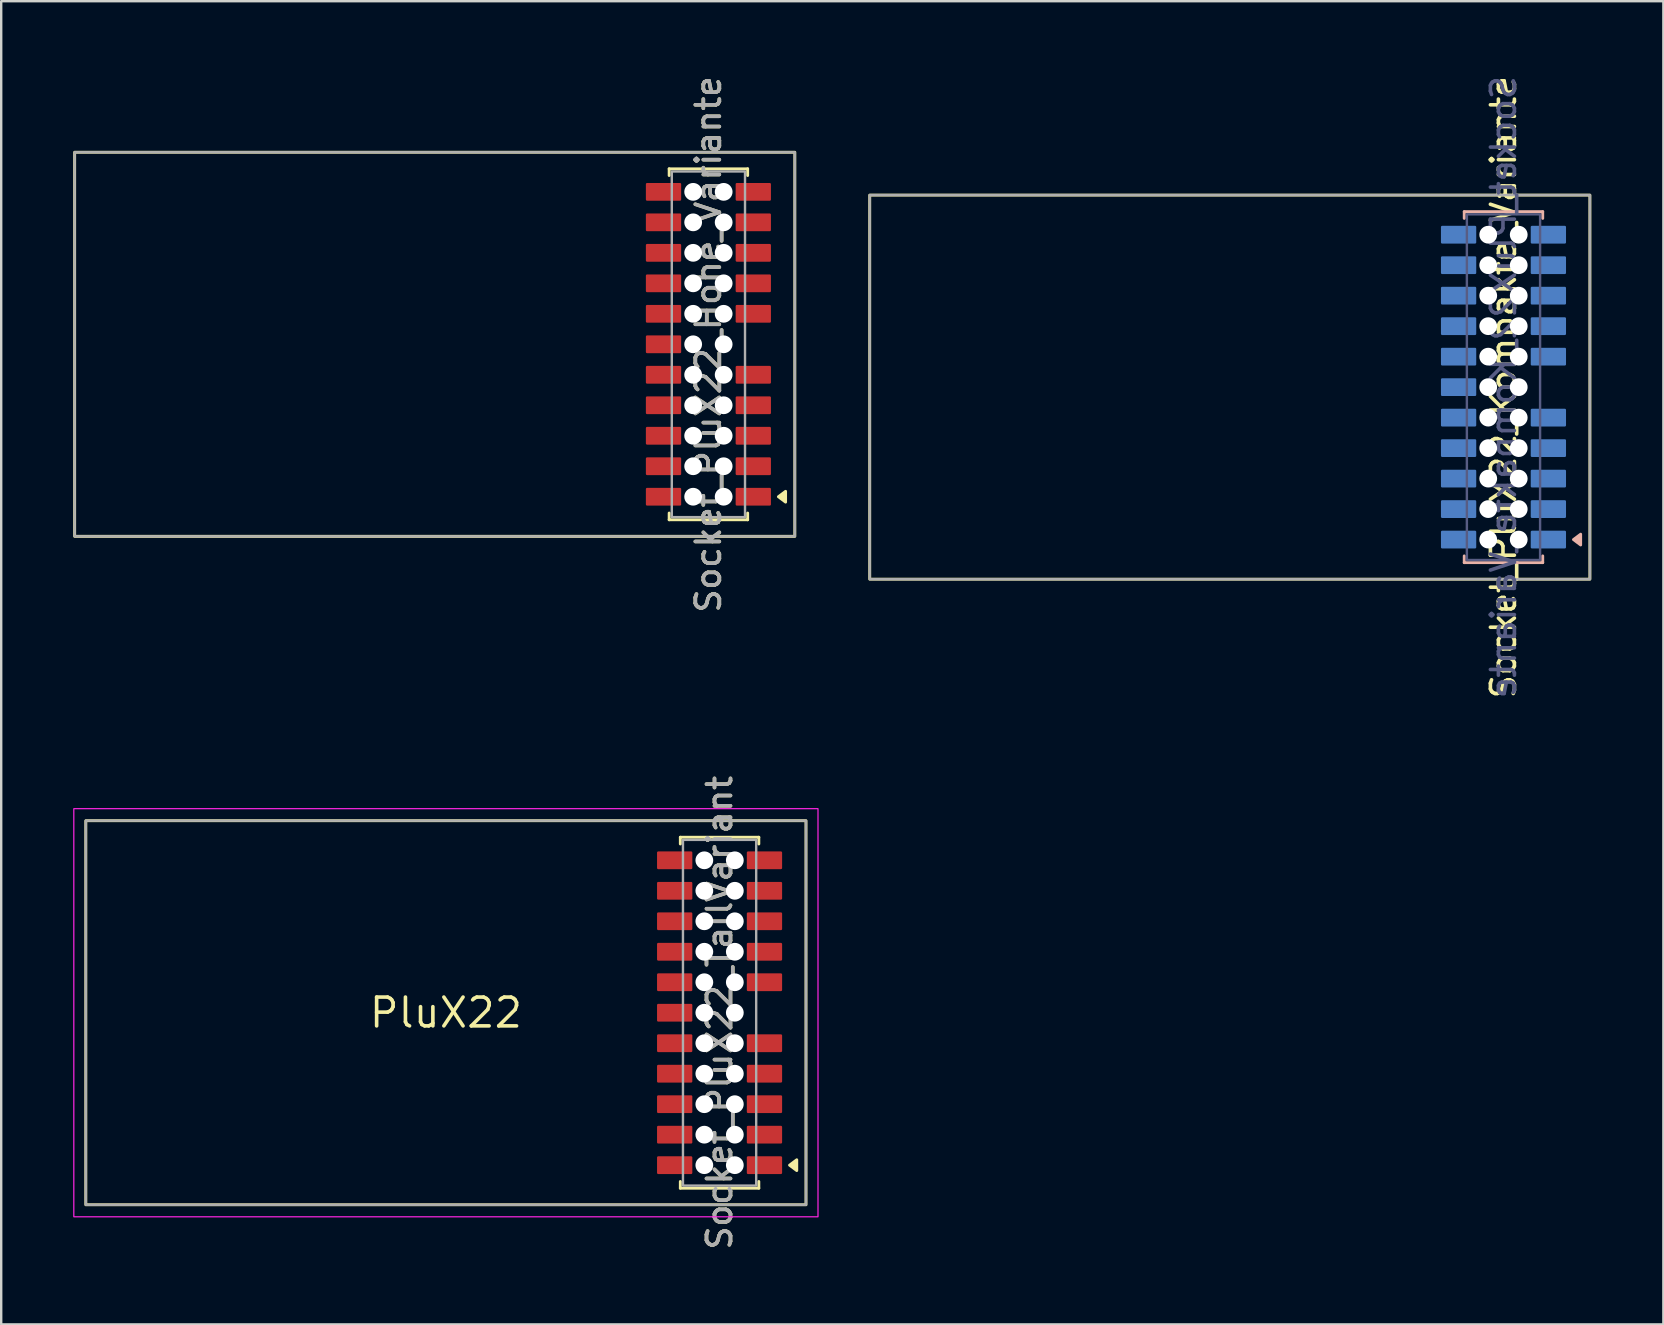
<source format=kicad_pcb>
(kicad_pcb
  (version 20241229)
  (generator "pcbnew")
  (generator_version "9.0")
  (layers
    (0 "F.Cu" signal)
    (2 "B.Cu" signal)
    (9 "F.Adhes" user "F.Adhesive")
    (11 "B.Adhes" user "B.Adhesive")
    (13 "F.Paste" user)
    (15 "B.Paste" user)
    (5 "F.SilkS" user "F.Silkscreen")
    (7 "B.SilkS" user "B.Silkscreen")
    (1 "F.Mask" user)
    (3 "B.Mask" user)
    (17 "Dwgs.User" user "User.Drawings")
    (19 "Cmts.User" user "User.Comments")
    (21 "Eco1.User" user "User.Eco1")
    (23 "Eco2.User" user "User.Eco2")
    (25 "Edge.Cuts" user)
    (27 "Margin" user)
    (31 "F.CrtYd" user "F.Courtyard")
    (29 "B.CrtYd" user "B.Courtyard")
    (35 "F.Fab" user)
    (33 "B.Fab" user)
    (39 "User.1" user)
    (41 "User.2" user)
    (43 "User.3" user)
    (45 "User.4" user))
  (footprint "Socket_PluX22_TallVariant"
    (layer "F.Cu")
    (at 26.925 39.137)
    (property "Reference" "Socket_PluX22_TallVariant" (at 0 0 90) (unlocked yes) (layer "F.SilkS") (effects (font (size 1 1) (thickness 0.15))))
    (attr smd)
    (fp_line (start -1.635 -7.31) (end -1.635 -7.03) (stroke (width 0.12) (type solid)) (layer "F.SilkS"))
    (fp_line (start -1.635 7.31) (end -1.635 7.03) (stroke (width 0.12) (type default)) (layer "F.SilkS"))
    (fp_line (start -1.635 7.31) (end 1.635 7.31) (stroke (width 0.12) (type default)) (layer "F.SilkS"))
    (fp_line (start 1.635 -7.31) (end -1.635 -7.31) (stroke (width 0.12) (type default)) (layer "F.SilkS"))
    (fp_line (start 1.635 -7.31) (end 1.635 -7.03) (stroke (width 0.12) (type default)) (layer "F.SilkS"))
    (fp_line (start 1.635 7.31) (end 1.635 7.03) (stroke (width 0.12) (type solid)) (layer "F.SilkS"))
    (fp_rect (start -26.4 -8) (end 3.6 8) (stroke (width 0.12) (type default)) (fill no) (layer "F.SilkS"))
    (fp_poly (pts (xy 2.915 6.35) (xy 3.215 6.575) (xy 3.215 6.125)) (stroke (width 0.12) (type solid)) (fill yes) (layer "F.SilkS"))
    (fp_rect (start -26.9 -8.5) (end 4.1 8.5) (stroke (width 0.05) (type default)) (fill no) (layer "F.CrtYd"))
    (fp_rect (start -26.4 -8) (end 3.6 8) (stroke (width 0.1) (type solid)) (fill no) (layer "F.Fab"))
    (fp_rect (start -1.525 -7.2) (end 1.525 7.2) (stroke (width 0.1) (type solid)) (fill no) (layer "F.Fab"))
    (fp_text user "PluX22" (at -11.4 0 0) (unlocked yes) (layer "F.SilkS") (effects (font (size 1.2 1.2) (thickness 0.15))))
    (fp_text user "${REFERENCE}" (at 0 0 90) (unlocked yes) (layer "F.Fab") (effects (font (size 1 1) (thickness 0.15))))
    (pad "" np_thru_hole circle (at -0.635 -6.35) (size 0.74 0.74) (drill 0.74) (layers "*.Cu" "*.Mask"))
    (pad "" np_thru_hole circle (at -0.635 -5.08) (size 0.74 0.74) (drill 0.74) (layers "*.Cu" "*.Mask"))
    (pad "" np_thru_hole circle (at -0.635 -3.81) (size 0.74 0.74) (drill 0.74) (layers "*.Cu" "*.Mask"))
    (pad "" np_thru_hole circle (at -0.635 -2.54) (size 0.74 0.74) (drill 0.74) (layers "*.Cu" "*.Mask"))
    (pad "" np_thru_hole circle (at -0.635 -1.27) (size 0.74 0.74) (drill 0.74) (layers "*.Cu" "*.Mask"))
    (pad "" np_thru_hole circle (at -0.635 0) (size 0.74 0.74) (drill 0.74) (layers "*.Cu" "*.Mask"))
    (pad "" np_thru_hole circle (at -0.635 1.27) (size 0.74 0.74) (drill 0.74) (layers "*.Cu" "*.Mask"))
    (pad "" np_thru_hole circle (at -0.635 2.54) (size 0.74 0.74) (drill 0.74) (layers "*.Cu" "*.Mask"))
    (pad "" np_thru_hole circle (at -0.635 3.81) (size 0.74 0.74) (drill 0.74) (layers "*.Cu" "*.Mask"))
    (pad "" np_thru_hole circle (at -0.635 5.08) (size 0.74 0.74) (drill 0.74) (layers "*.Cu" "*.Mask"))
    (pad "" np_thru_hole circle (at -0.635 6.35) (size 0.74 0.74) (drill 0.74) (layers "*.Cu" "*.Mask"))
    (pad "" np_thru_hole circle (at 0.635 -6.35) (size 0.74 0.74) (drill 0.74) (layers "*.Cu" "*.Mask"))
    (pad "" np_thru_hole circle (at 0.635 -5.08) (size 0.74 0.74) (drill 0.74) (layers "*.Cu" "*.Mask"))
    (pad "" np_thru_hole circle (at 0.635 -3.81) (size 0.74 0.74) (drill 0.74) (layers "*.Cu" "*.Mask"))
    (pad "" np_thru_hole circle (at 0.635 -2.54) (size 0.74 0.74) (drill 0.74) (layers "*.Cu" "*.Mask"))
    (pad "" np_thru_hole circle (at 0.635 -1.27) (size 0.74 0.74) (drill 0.74) (layers "*.Cu" "*.Mask"))
    (pad "" np_thru_hole circle (at 0.635 0) (size 0.74 0.74) (drill 0.74) (layers "*.Cu" "*.Mask"))
    (pad "" np_thru_hole circle (at 0.635 1.27) (size 0.74 0.74) (drill 0.74) (layers "*.Cu" "*.Mask"))
    (pad "" np_thru_hole circle (at 0.635 2.54) (size 0.74 0.74) (drill 0.74) (layers "*.Cu" "*.Mask"))
    (pad "" np_thru_hole circle (at 0.635 3.81) (size 0.74 0.74) (drill 0.74) (layers "*.Cu" "*.Mask"))
    (pad "" np_thru_hole circle (at 0.635 5.08) (size 0.74 0.74) (drill 0.74) (layers "*.Cu" "*.Mask"))
    (pad "" np_thru_hole circle (at 0.635 6.35) (size 0.74 0.74) (drill 0.74) (layers "*.Cu" "*.Mask"))
    (pad "1" smd roundrect (at 1.87 6.35) (size 1.47 0.74) (layers "F.Cu" "F.Mask" "F.Paste") (roundrect_rratio 0.068))
    (pad "2" smd roundrect (at -1.87 6.35) (size 1.47 0.74) (layers "F.Cu" "F.Mask" "F.Paste") (roundrect_rratio 0.068))
    (pad "3" smd roundrect (at 1.87 5.08) (size 1.47 0.74) (layers "F.Cu" "F.Mask" "F.Paste") (roundrect_rratio 0.068))
    (pad "4" smd roundrect (at -1.87 5.08) (size 1.47 0.74) (layers "F.Cu" "F.Mask" "F.Paste") (roundrect_rratio 0.068))
    (pad "5" smd roundrect (at 1.87 3.81) (size 1.47 0.74) (layers "F.Cu" "F.Mask" "F.Paste") (roundrect_rratio 0.068))
    (pad "6" smd roundrect (at -1.87 3.81) (size 1.47 0.74) (layers "F.Cu" "F.Mask" "F.Paste") (roundrect_rratio 0.068))
    (pad "7" smd roundrect (at 1.87 2.54) (size 1.47 0.74) (layers "F.Cu" "F.Mask" "F.Paste") (roundrect_rratio 0.068))
    (pad "8" smd roundrect (at -1.87 2.54) (size 1.47 0.74) (layers "F.Cu" "F.Mask" "F.Paste") (roundrect_rratio 0.068))
    (pad "9" smd roundrect (at 1.87 1.27) (size 1.47 0.74) (layers "F.Cu" "F.Mask" "F.Paste") (roundrect_rratio 0.068))
    (pad "10" smd roundrect (at -1.87 1.27) (size 1.47 0.74) (layers "F.Cu" "F.Mask" "F.Paste") (roundrect_rratio 0.068))
    (pad "12" smd roundrect (at -1.87 0) (size 1.47 0.74) (layers "F.Cu" "F.Mask" "F.Paste") (roundrect_rratio 0.068))
    (pad "13" smd roundrect (at 1.87 -1.27) (size 1.47 0.74) (layers "F.Cu" "F.Mask" "F.Paste") (roundrect_rratio 0.068))
    (pad "14" smd roundrect (at -1.87 -1.27) (size 1.47 0.74) (layers "F.Cu" "F.Mask" "F.Paste") (roundrect_rratio 0.068))
    (pad "15" smd roundrect (at 1.87 -2.54) (size 1.47 0.74) (layers "F.Cu" "F.Mask" "F.Paste") (roundrect_rratio 0.068))
    (pad "16" smd roundrect (at -1.87 -2.54) (size 1.47 0.74) (layers "F.Cu" "F.Mask" "F.Paste") (roundrect_rratio 0.068))
    (pad "17" smd roundrect (at 1.87 -3.81) (size 1.47 0.74) (layers "F.Cu" "F.Mask" "F.Paste") (roundrect_rratio 0.068))
    (pad "18" smd roundrect (at -1.87 -3.81) (size 1.47 0.74) (layers "F.Cu" "F.Mask" "F.Paste") (roundrect_rratio 0.068))
    (pad "19" smd roundrect (at 1.87 -5.08) (size 1.47 0.74) (layers "F.Cu" "F.Mask" "F.Paste") (roundrect_rratio 0.068))
    (pad "20" smd roundrect (at -1.87 -5.08) (size 1.47 0.74) (layers "F.Cu" "F.Mask" "F.Paste") (roundrect_rratio 0.068))
    (pad "21" smd roundrect (at 1.87 -6.35) (size 1.47 0.74) (layers "F.Cu" "F.Mask" "F.Paste") (roundrect_rratio 0.068))
    (pad "22" smd roundrect (at -1.87 -6.35) (size 1.47 0.74) (layers "F.Cu" "F.Mask" "F.Paste") (roundrect_rratio 0.068)))
  (footprint "Socket_PluX22_Kompakte_Variante"
    (layer "F.Cu")
    (at 59.58 13.077)
    (property "Reference" "Socket_PluX22_Kompakte_Variante" (at 0 0 90) (unlocked yes) (layer "F.SilkS") (effects (font (size 1 1) (thickness 0.15))))
    (attr smd)
    (fp_rect (start -26.4 -8) (end 3.6 8) (stroke (width 0.12) (type default)) (fill no) (layer "F.SilkS"))
    (fp_line (start -1.635 -7.31) (end -1.635 -7.03) (stroke (width 0.12) (type solid)) (layer "B.SilkS"))
    (fp_line (start -1.635 7.31) (end -1.635 7.03) (stroke (width 0.12) (type default)) (layer "B.SilkS"))
    (fp_line (start -1.635 7.31) (end 1.635 7.31) (stroke (width 0.12) (type default)) (layer "B.SilkS"))
    (fp_line (start 1.635 -7.31) (end -1.635 -7.31) (stroke (width 0.12) (type default)) (layer "B.SilkS"))
    (fp_line (start 1.635 -7.31) (end 1.635 -7.03) (stroke (width 0.12) (type default)) (layer "B.SilkS"))
    (fp_line (start 1.635 7.31) (end 1.635 7.03) (stroke (width 0.12) (type solid)) (layer "B.SilkS"))
    (fp_poly (pts (xy 2.915 6.35) (xy 3.215 6.125) (xy 3.215 6.575)) (stroke (width 0.12) (type solid)) (fill yes) (layer "B.SilkS"))
    (fp_rect (start 1.525 -7.2) (end -1.525 7.2) (stroke (width 0.1) (type solid)) (fill no) (layer "B.Fab"))
    (fp_rect (start -26.4 -8) (end 3.6 8) (stroke (width 0.1) (type solid)) (fill no) (layer "F.Fab"))
    (fp_text user "${REFERENCE}" (at 0 0 90) (unlocked yes) (layer "B.Fab") (effects (font (size 1 1) (thickness 0.15)) (justify mirror)))
    (pad "" np_thru_hole circle (at -0.635 -6.35) (size 0.74 0.74) (drill 0.74) (layers "*.Cu" "*.Mask"))
    (pad "" np_thru_hole circle (at -0.635 -5.08) (size 0.74 0.74) (drill 0.74) (layers "*.Cu" "*.Mask"))
    (pad "" np_thru_hole circle (at -0.635 -3.81) (size 0.74 0.74) (drill 0.74) (layers "*.Cu" "*.Mask"))
    (pad "" np_thru_hole circle (at -0.635 -2.54) (size 0.74 0.74) (drill 0.74) (layers "*.Cu" "*.Mask"))
    (pad "" np_thru_hole circle (at -0.635 -1.27) (size 0.74 0.74) (drill 0.74) (layers "*.Cu" "*.Mask"))
    (pad "" np_thru_hole circle (at -0.635 0) (size 0.74 0.74) (drill 0.74) (layers "*.Cu" "*.Mask"))
    (pad "" np_thru_hole circle (at -0.635 1.27) (size 0.74 0.74) (drill 0.74) (layers "*.Cu" "*.Mask"))
    (pad "" np_thru_hole circle (at -0.635 2.54) (size 0.74 0.74) (drill 0.74) (layers "*.Cu" "*.Mask"))
    (pad "" np_thru_hole circle (at -0.635 3.81) (size 0.74 0.74) (drill 0.74) (layers "*.Cu" "*.Mask"))
    (pad "" np_thru_hole circle (at -0.635 5.08) (size 0.74 0.74) (drill 0.74) (layers "*.Cu" "*.Mask"))
    (pad "" np_thru_hole circle (at -0.635 6.35) (size 0.74 0.74) (drill 0.74) (layers "*.Cu" "*.Mask"))
    (pad "" np_thru_hole circle (at 0.635 -6.35) (size 0.74 0.74) (drill 0.74) (layers "*.Cu" "*.Mask"))
    (pad "" np_thru_hole circle (at 0.635 -5.08) (size 0.74 0.74) (drill 0.74) (layers "*.Cu" "*.Mask"))
    (pad "" np_thru_hole circle (at 0.635 -3.81) (size 0.74 0.74) (drill 0.74) (layers "*.Cu" "*.Mask"))
    (pad "" np_thru_hole circle (at 0.635 -2.54) (size 0.74 0.74) (drill 0.74) (layers "*.Cu" "*.Mask"))
    (pad "" np_thru_hole circle (at 0.635 -1.27) (size 0.74 0.74) (drill 0.74) (layers "*.Cu" "*.Mask"))
    (pad "" np_thru_hole circle (at 0.635 0) (size 0.74 0.74) (drill 0.74) (layers "*.Cu" "*.Mask"))
    (pad "" np_thru_hole circle (at 0.635 1.27) (size 0.74 0.74) (drill 0.74) (layers "*.Cu" "*.Mask"))
    (pad "" np_thru_hole circle (at 0.635 2.54) (size 0.74 0.74) (drill 0.74) (layers "*.Cu" "*.Mask"))
    (pad "" np_thru_hole circle (at 0.635 3.81) (size 0.74 0.74) (drill 0.74) (layers "*.Cu" "*.Mask"))
    (pad "" np_thru_hole circle (at 0.635 5.08) (size 0.74 0.74) (drill 0.74) (layers "*.Cu" "*.Mask"))
    (pad "" np_thru_hole circle (at 0.635 6.35) (size 0.74 0.74) (drill 0.74) (layers "*.Cu" "*.Mask"))
    (pad "1" smd roundrect (at 1.87 6.35) (size 1.47 0.74) (layers "B.Cu" "B.Mask" "B.Paste") (roundrect_rratio 0.068))
    (pad "2" smd roundrect (at -1.87 6.35) (size 1.47 0.74) (layers "B.Cu" "B.Mask" "B.Paste") (roundrect_rratio 0.068))
    (pad "3" smd roundrect (at 1.87 5.08) (size 1.47 0.74) (layers "B.Cu" "B.Mask" "B.Paste") (roundrect_rratio 0.068))
    (pad "4" smd roundrect (at -1.87 5.08) (size 1.47 0.74) (layers "B.Cu" "B.Mask" "B.Paste") (roundrect_rratio 0.068))
    (pad "5" smd roundrect (at 1.87 3.81) (size 1.47 0.74) (layers "B.Cu" "B.Mask" "B.Paste") (roundrect_rratio 0.068))
    (pad "6" smd roundrect (at -1.87 3.81) (size 1.47 0.74) (layers "B.Cu" "B.Mask" "B.Paste") (roundrect_rratio 0.068))
    (pad "7" smd roundrect (at 1.87 2.54) (size 1.47 0.74) (layers "B.Cu" "B.Mask" "B.Paste") (roundrect_rratio 0.068))
    (pad "8" smd roundrect (at -1.87 2.54) (size 1.47 0.74) (layers "B.Cu" "B.Mask" "B.Paste") (roundrect_rratio 0.068))
    (pad "9" smd roundrect (at 1.87 1.27) (size 1.47 0.74) (layers "B.Cu" "B.Mask" "B.Paste") (roundrect_rratio 0.068))
    (pad "10" smd roundrect (at -1.87 1.27) (size 1.47 0.74) (layers "B.Cu" "B.Mask" "B.Paste") (roundrect_rratio 0.068))
    (pad "12" smd roundrect (at -1.87 0) (size 1.47 0.74) (layers "B.Cu" "B.Mask" "B.Paste") (roundrect_rratio 0.068))
    (pad "13" smd roundrect (at 1.87 -1.27) (size 1.47 0.74) (layers "B.Cu" "B.Mask" "B.Paste") (roundrect_rratio 0.068))
    (pad "14" smd roundrect (at -1.87 -1.27) (size 1.47 0.74) (layers "B.Cu" "B.Mask" "B.Paste") (roundrect_rratio 0.068))
    (pad "15" smd roundrect (at 1.87 -2.54) (size 1.47 0.74) (layers "B.Cu" "B.Mask" "B.Paste") (roundrect_rratio 0.068))
    (pad "16" smd roundrect (at -1.87 -2.54) (size 1.47 0.74) (layers "B.Cu" "B.Mask" "B.Paste") (roundrect_rratio 0.068))
    (pad "17" smd roundrect (at 1.87 -3.81) (size 1.47 0.74) (layers "B.Cu" "B.Mask" "B.Paste") (roundrect_rratio 0.068))
    (pad "18" smd roundrect (at -1.87 -3.81) (size 1.47 0.74) (layers "B.Cu" "B.Mask" "B.Paste") (roundrect_rratio 0.068))
    (pad "19" smd roundrect (at 1.87 -5.08) (size 1.47 0.74) (layers "B.Cu" "B.Mask" "B.Paste") (roundrect_rratio 0.068))
    (pad "20" smd roundrect (at -1.87 -5.08) (size 1.47 0.74) (layers "B.Cu" "B.Mask" "B.Paste") (roundrect_rratio 0.068))
    (pad "21" smd roundrect (at 1.87 -6.35) (size 1.47 0.74) (layers "B.Cu" "B.Mask" "B.Paste") (roundrect_rratio 0.068))
    (pad "22" smd roundrect (at -1.87 -6.35) (size 1.47 0.74) (layers "B.Cu" "B.Mask" "B.Paste") (roundrect_rratio 0.068)))
  (footprint "Socket_PluX22_Hohe_Variante"
    (layer "F.Cu")
    (at 26.46 11.292)
    (property "Reference" "Socket_PluX22_Hohe_Variante" (at 0 0 90) (unlocked yes) (layer "F.SilkS") (effects (font (size 1 1) (thickness 0.15))))
    (attr smd)
    (fp_line (start -1.635 -7.31) (end -1.635 -7.03) (stroke (width 0.12) (type solid)) (layer "F.SilkS"))
    (fp_line (start -1.635 7.31) (end -1.635 7.03) (stroke (width 0.12) (type default)) (layer "F.SilkS"))
    (fp_line (start -1.635 7.31) (end 1.635 7.31) (stroke (width 0.12) (type default)) (layer "F.SilkS"))
    (fp_line (start 1.635 -7.31) (end -1.635 -7.31) (stroke (width 0.12) (type default)) (layer "F.SilkS"))
    (fp_line (start 1.635 -7.31) (end 1.635 -7.03) (stroke (width 0.12) (type default)) (layer "F.SilkS"))
    (fp_line (start 1.635 7.31) (end 1.635 7.03) (stroke (width 0.12) (type solid)) (layer "F.SilkS"))
    (fp_rect (start -26.4 -8) (end 3.6 8) (stroke (width 0.12) (type default)) (fill no) (layer "F.SilkS"))
    (fp_poly (pts (xy 2.915 6.35) (xy 3.215 6.575) (xy 3.215 6.125)) (stroke (width 0.12) (type solid)) (fill yes) (layer "F.SilkS"))
    (fp_rect (start -26.4 -8) (end 3.6 8) (stroke (width 0.1) (type solid)) (fill no) (layer "F.Fab"))
    (fp_rect (start -1.525 -7.2) (end 1.525 7.2) (stroke (width 0.1) (type solid)) (fill no) (layer "F.Fab"))
    (fp_text user "${REFERENCE}" (at 0 0 90) (unlocked yes) (layer "F.Fab") (effects (font (size 1 1) (thickness 0.15))))
    (pad "" np_thru_hole circle (at -0.635 -6.35) (size 0.74 0.74) (drill 0.74) (layers "*.Cu" "*.Mask"))
    (pad "" np_thru_hole circle (at -0.635 -5.08) (size 0.74 0.74) (drill 0.74) (layers "*.Cu" "*.Mask"))
    (pad "" np_thru_hole circle (at -0.635 -3.81) (size 0.74 0.74) (drill 0.74) (layers "*.Cu" "*.Mask"))
    (pad "" np_thru_hole circle (at -0.635 -2.54) (size 0.74 0.74) (drill 0.74) (layers "*.Cu" "*.Mask"))
    (pad "" np_thru_hole circle (at -0.635 -1.27) (size 0.74 0.74) (drill 0.74) (layers "*.Cu" "*.Mask"))
    (pad "" np_thru_hole circle (at -0.635 0) (size 0.74 0.74) (drill 0.74) (layers "*.Cu" "*.Mask"))
    (pad "" np_thru_hole circle (at -0.635 1.27) (size 0.74 0.74) (drill 0.74) (layers "*.Cu" "*.Mask"))
    (pad "" np_thru_hole circle (at -0.635 2.54) (size 0.74 0.74) (drill 0.74) (layers "*.Cu" "*.Mask"))
    (pad "" np_thru_hole circle (at -0.635 3.81) (size 0.74 0.74) (drill 0.74) (layers "*.Cu" "*.Mask"))
    (pad "" np_thru_hole circle (at -0.635 5.08) (size 0.74 0.74) (drill 0.74) (layers "*.Cu" "*.Mask"))
    (pad "" np_thru_hole circle (at -0.635 6.35) (size 0.74 0.74) (drill 0.74) (layers "*.Cu" "*.Mask"))
    (pad "" np_thru_hole circle (at 0.635 -6.35) (size 0.74 0.74) (drill 0.74) (layers "*.Cu" "*.Mask"))
    (pad "" np_thru_hole circle (at 0.635 -5.08) (size 0.74 0.74) (drill 0.74) (layers "*.Cu" "*.Mask"))
    (pad "" np_thru_hole circle (at 0.635 -3.81) (size 0.74 0.74) (drill 0.74) (layers "*.Cu" "*.Mask"))
    (pad "" np_thru_hole circle (at 0.635 -2.54) (size 0.74 0.74) (drill 0.74) (layers "*.Cu" "*.Mask"))
    (pad "" np_thru_hole circle (at 0.635 -1.27) (size 0.74 0.74) (drill 0.74) (layers "*.Cu" "*.Mask"))
    (pad "" np_thru_hole circle (at 0.635 0) (size 0.74 0.74) (drill 0.74) (layers "*.Cu" "*.Mask"))
    (pad "" np_thru_hole circle (at 0.635 1.27) (size 0.74 0.74) (drill 0.74) (layers "*.Cu" "*.Mask"))
    (pad "" np_thru_hole circle (at 0.635 2.54) (size 0.74 0.74) (drill 0.74) (layers "*.Cu" "*.Mask"))
    (pad "" np_thru_hole circle (at 0.635 3.81) (size 0.74 0.74) (drill 0.74) (layers "*.Cu" "*.Mask"))
    (pad "" np_thru_hole circle (at 0.635 5.08) (size 0.74 0.74) (drill 0.74) (layers "*.Cu" "*.Mask"))
    (pad "" np_thru_hole circle (at 0.635 6.35) (size 0.74 0.74) (drill 0.74) (layers "*.Cu" "*.Mask"))
    (pad "1" smd roundrect (at 1.87 6.35) (size 1.47 0.74) (layers "F.Cu" "F.Mask" "F.Paste") (roundrect_rratio 0.068))
    (pad "2" smd roundrect (at -1.87 6.35) (size 1.47 0.74) (layers "F.Cu" "F.Mask" "F.Paste") (roundrect_rratio 0.068))
    (pad "3" smd roundrect (at 1.87 5.08) (size 1.47 0.74) (layers "F.Cu" "F.Mask" "F.Paste") (roundrect_rratio 0.068))
    (pad "4" smd roundrect (at -1.87 5.08) (size 1.47 0.74) (layers "F.Cu" "F.Mask" "F.Paste") (roundrect_rratio 0.068))
    (pad "5" smd roundrect (at 1.87 3.81) (size 1.47 0.74) (layers "F.Cu" "F.Mask" "F.Paste") (roundrect_rratio 0.068))
    (pad "6" smd roundrect (at -1.87 3.81) (size 1.47 0.74) (layers "F.Cu" "F.Mask" "F.Paste") (roundrect_rratio 0.068))
    (pad "7" smd roundrect (at 1.87 2.54) (size 1.47 0.74) (layers "F.Cu" "F.Mask" "F.Paste") (roundrect_rratio 0.068))
    (pad "8" smd roundrect (at -1.87 2.54) (size 1.47 0.74) (layers "F.Cu" "F.Mask" "F.Paste") (roundrect_rratio 0.068))
    (pad "9" smd roundrect (at 1.87 1.27) (size 1.47 0.74) (layers "F.Cu" "F.Mask" "F.Paste") (roundrect_rratio 0.068))
    (pad "10" smd roundrect (at -1.87 1.27) (size 1.47 0.74) (layers "F.Cu" "F.Mask" "F.Paste") (roundrect_rratio 0.068))
    (pad "12" smd roundrect (at -1.87 0) (size 1.47 0.74) (layers "F.Cu" "F.Mask" "F.Paste") (roundrect_rratio 0.068))
    (pad "13" smd roundrect (at 1.87 -1.27) (size 1.47 0.74) (layers "F.Cu" "F.Mask" "F.Paste") (roundrect_rratio 0.068))
    (pad "14" smd roundrect (at -1.87 -1.27) (size 1.47 0.74) (layers "F.Cu" "F.Mask" "F.Paste") (roundrect_rratio 0.068))
    (pad "15" smd roundrect (at 1.87 -2.54) (size 1.47 0.74) (layers "F.Cu" "F.Mask" "F.Paste") (roundrect_rratio 0.068))
    (pad "16" smd roundrect (at -1.87 -2.54) (size 1.47 0.74) (layers "F.Cu" "F.Mask" "F.Paste") (roundrect_rratio 0.068))
    (pad "17" smd roundrect (at 1.87 -3.81) (size 1.47 0.74) (layers "F.Cu" "F.Mask" "F.Paste") (roundrect_rratio 0.068))
    (pad "18" smd roundrect (at -1.87 -3.81) (size 1.47 0.74) (layers "F.Cu" "F.Mask" "F.Paste") (roundrect_rratio 0.068))
    (pad "19" smd roundrect (at 1.87 -5.08) (size 1.47 0.74) (layers "F.Cu" "F.Mask" "F.Paste") (roundrect_rratio 0.068))
    (pad "20" smd roundrect (at -1.87 -5.08) (size 1.47 0.74) (layers "F.Cu" "F.Mask" "F.Paste") (roundrect_rratio 0.068))
    (pad "21" smd roundrect (at 1.87 -6.35) (size 1.47 0.74) (layers "F.Cu" "F.Mask" "F.Paste") (roundrect_rratio 0.068))
    (pad "22" smd roundrect (at -1.87 -6.35) (size 1.47 0.74) (layers "F.Cu" "F.Mask" "F.Paste") (roundrect_rratio 0.068)))
  (gr_rect
    (start -3 -3)
    (end 66.24 52.119)
    (stroke (width 0.1) (type default))
    (fill no)
    (layer "Edge.Cuts")))
</source>
